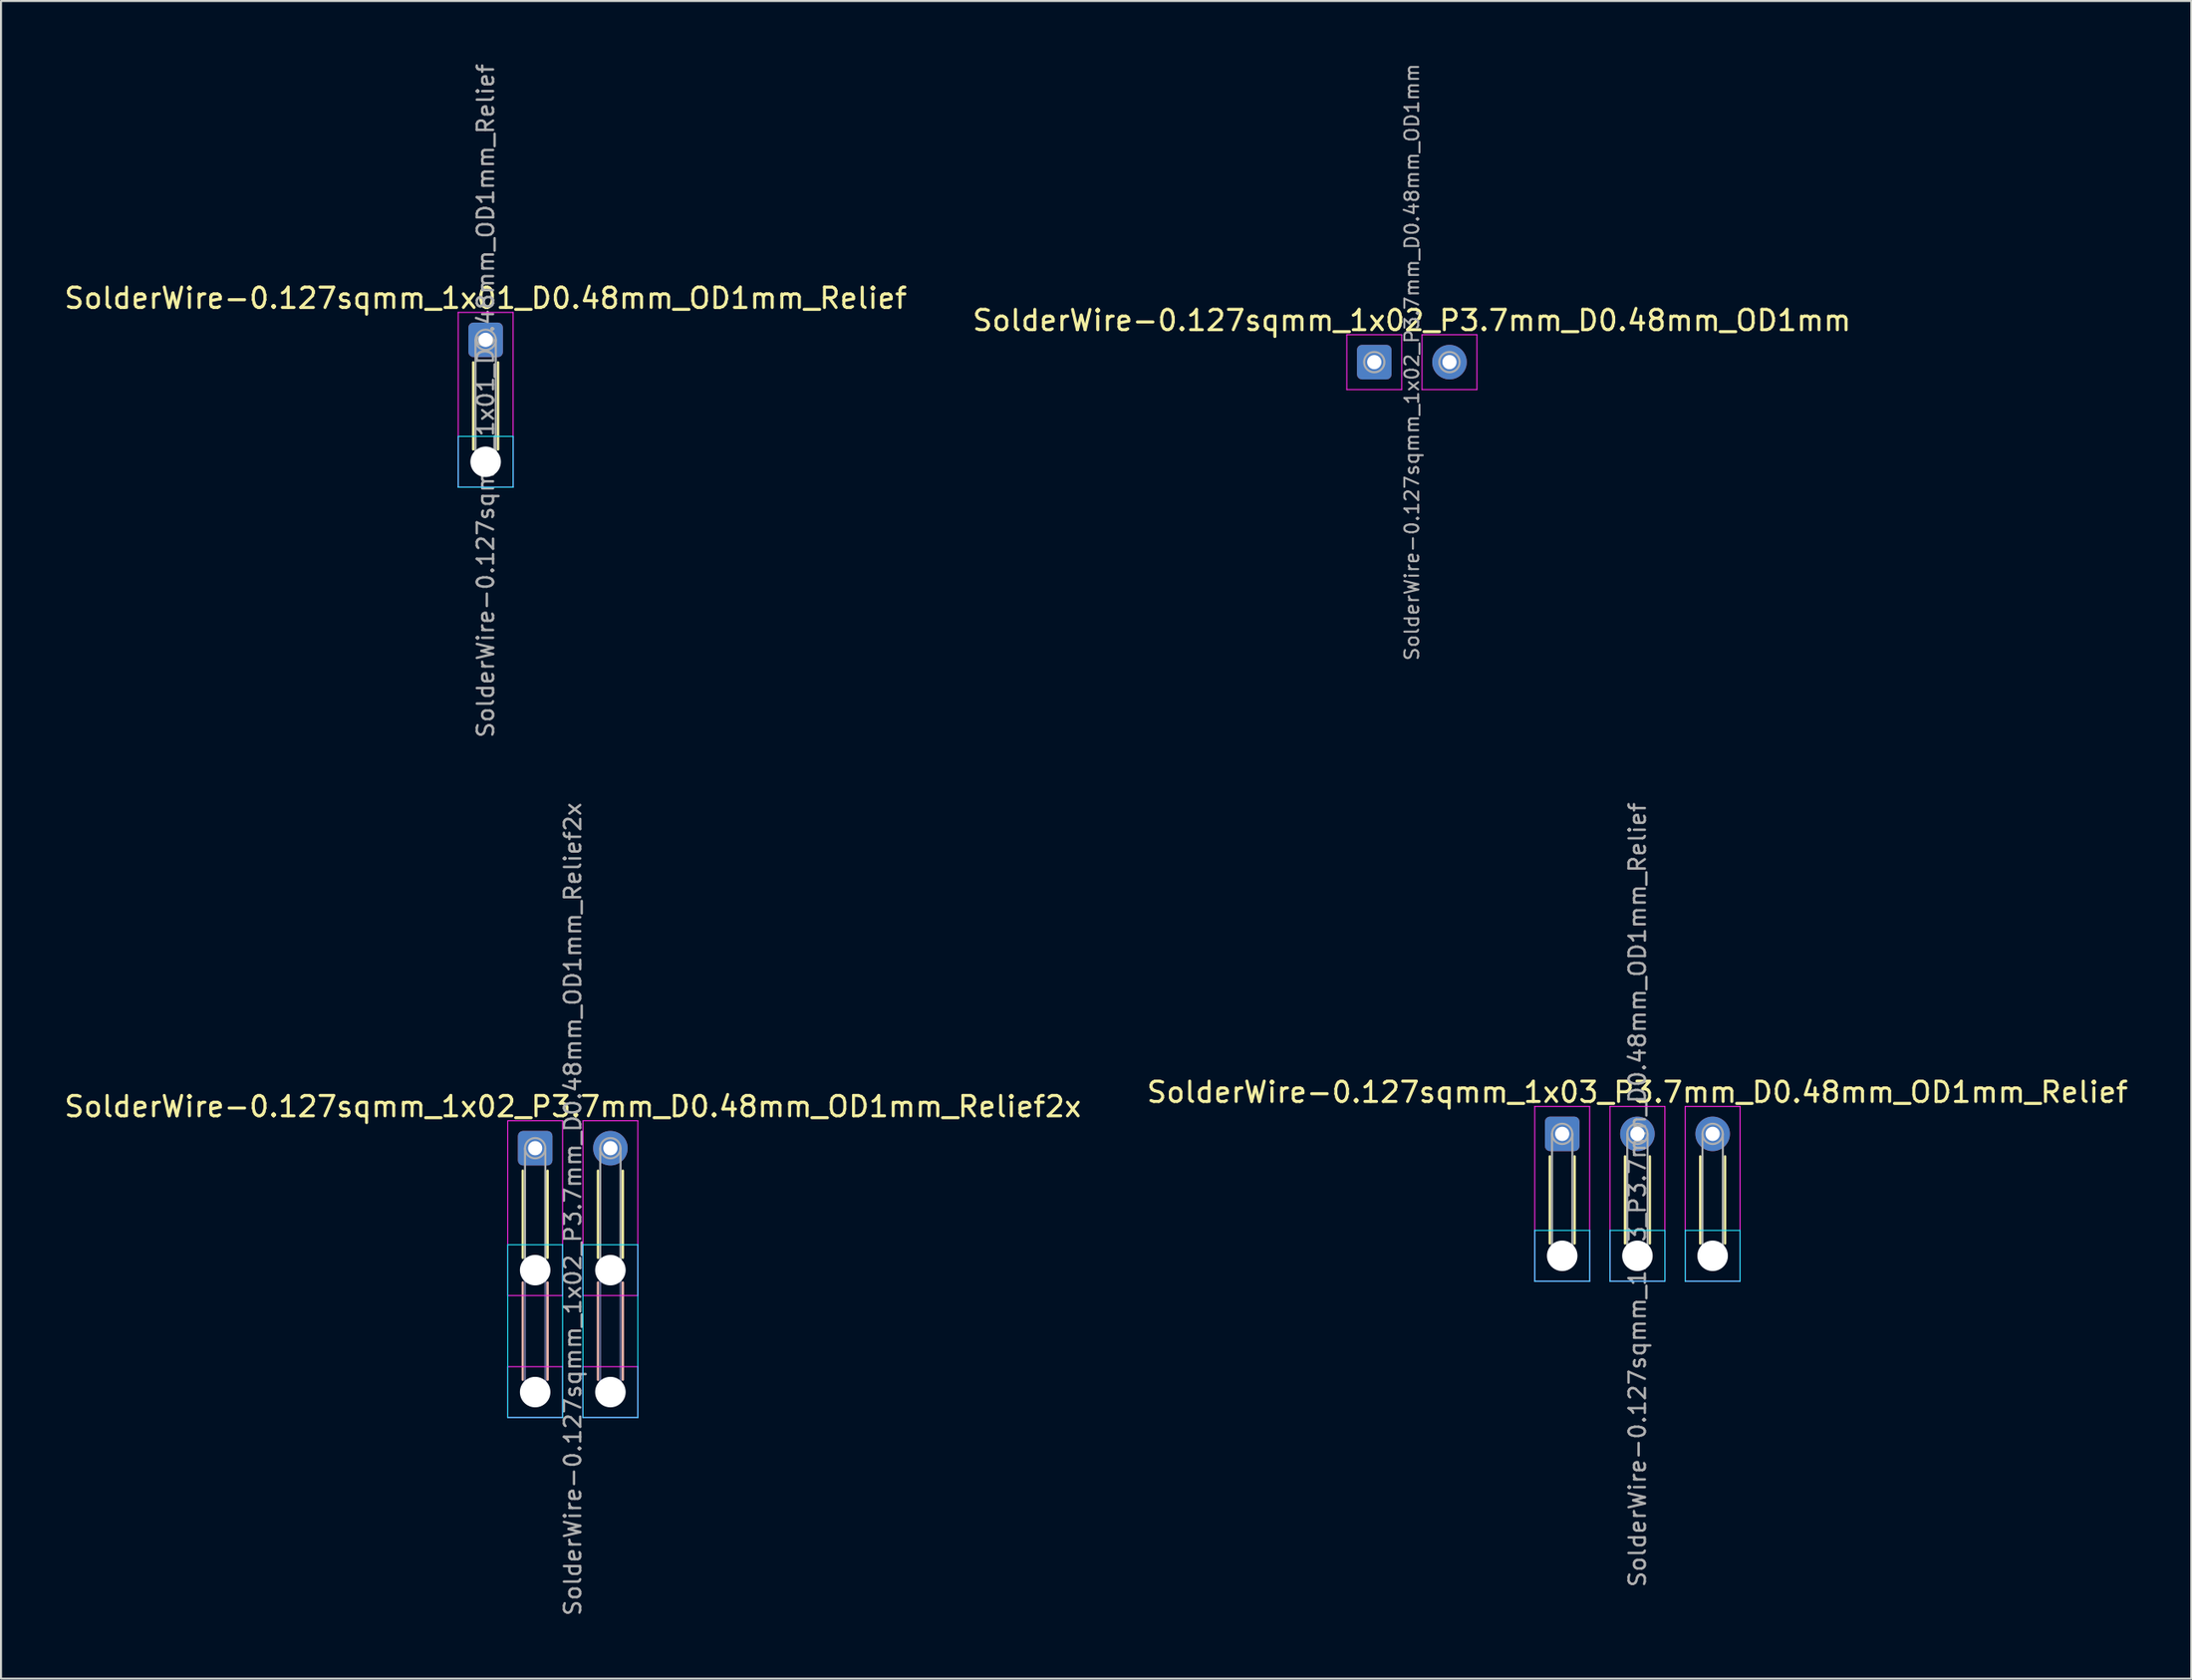
<source format=kicad_pcb>
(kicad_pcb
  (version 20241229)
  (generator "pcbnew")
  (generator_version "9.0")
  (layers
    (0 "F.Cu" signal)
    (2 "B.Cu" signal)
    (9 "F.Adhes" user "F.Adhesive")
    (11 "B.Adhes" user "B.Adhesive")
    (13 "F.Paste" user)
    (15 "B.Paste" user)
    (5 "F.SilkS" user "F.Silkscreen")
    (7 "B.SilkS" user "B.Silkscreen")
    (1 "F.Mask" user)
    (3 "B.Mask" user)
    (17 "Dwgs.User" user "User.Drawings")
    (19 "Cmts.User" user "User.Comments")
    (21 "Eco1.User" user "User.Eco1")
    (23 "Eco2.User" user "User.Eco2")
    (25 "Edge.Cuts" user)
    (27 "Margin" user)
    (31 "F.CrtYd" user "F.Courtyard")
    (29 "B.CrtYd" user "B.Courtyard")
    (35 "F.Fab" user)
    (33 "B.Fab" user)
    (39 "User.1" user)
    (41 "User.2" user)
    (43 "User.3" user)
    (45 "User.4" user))
  (footprint "SolderWire-0.127sqmm_1x01_D0.48mm_OD1mm_Relief"
    (layer "F.Cu")
    (at 20.839 13.671)
    (property "Reference" "SolderWire-0.127sqmm_1x01_D0.48mm_OD1mm_Relief" (at 0 -2.05 0) (layer "F.SilkS") (effects (font (size 1 1) (thickness 0.15))))
    (attr exclude_from_pos_files exclude_from_bom)
    (fp_line (start -0.61 1.11) (end -0.61 5.39) (stroke (width 0.12) (type solid)) (layer "F.SilkS"))
    (fp_line (start 0.61 1.11) (end 0.61 5.39) (stroke (width 0.12) (type solid)) (layer "F.SilkS"))
    (fp_line (start -1.35 4.75) (end -1.35 7.25) (stroke (width 0.05) (type solid)) (layer "B.CrtYd"))
    (fp_line (start -1.35 7.25) (end 1.35 7.25) (stroke (width 0.05) (type solid)) (layer "B.CrtYd"))
    (fp_line (start 1.35 4.75) (end -1.35 4.75) (stroke (width 0.05) (type solid)) (layer "B.CrtYd"))
    (fp_line (start 1.35 7.25) (end 1.35 4.75) (stroke (width 0.05) (type solid)) (layer "B.CrtYd"))
    (fp_line (start -1.35 -1.35) (end -1.35 7.25) (stroke (width 0.05) (type solid)) (layer "F.CrtYd"))
    (fp_line (start -1.35 7.25) (end 1.35 7.25) (stroke (width 0.05) (type solid)) (layer "F.CrtYd"))
    (fp_line (start 1.35 -1.35) (end -1.35 -1.35) (stroke (width 0.05) (type solid)) (layer "F.CrtYd"))
    (fp_line (start 1.35 7.25) (end 1.35 -1.35) (stroke (width 0.05) (type solid)) (layer "F.CrtYd"))
    (fp_line (start -0.5 0) (end -0.5 6) (stroke (width 0.1) (type solid)) (layer "F.Fab"))
    (fp_line (start 0.5 0) (end 0.5 6) (stroke (width 0.1) (type solid)) (layer "F.Fab"))
    (fp_circle (center 0 0) (end 0.5 0) (stroke (width 0.1) (type solid)) (fill no) (layer "F.Fab"))
    (fp_circle (center 0 6) (end 0.5 6) (stroke (width 0.1) (type solid)) (fill no) (layer "F.Fab"))
    (fp_text user "${REFERENCE}" (at 0 3 90) (layer "F.Fab") (effects (font (size 0.8 0.8) (thickness 0.12))))
    (pad "" np_thru_hole circle (at 0 6) (size 1.5 1.5) (drill 1.5) (layers "*.Cu" "*.Mask"))
    (pad "1" thru_hole roundrect (at 0 0) (size 1.7 1.7) (drill 0.7) (layers "*.Cu" "*.Mask") (roundrect_rratio 0.147)))
  (footprint "SolderWire-0.127sqmm_1x02_P3.7mm_D0.48mm_OD1mm_Relief2x"
    (layer "F.Cu")
    (at 23.275 53.443)
    (property "Reference" "SolderWire-0.127sqmm_1x02_P3.7mm_D0.48mm_OD1mm_Relief2x" (at 1.85 -2.05 0) (layer "F.SilkS") (effects (font (size 1 1) (thickness 0.15))))
    (attr exclude_from_pos_files exclude_from_bom)
    (fp_line (start -0.61 1.11) (end -0.61 5.39) (stroke (width 0.12) (type solid)) (layer "F.SilkS"))
    (fp_line (start 0.61 1.11) (end 0.61 5.39) (stroke (width 0.12) (type solid)) (layer "F.SilkS"))
    (fp_line (start 3.09 1.11) (end 3.09 5.39) (stroke (width 0.12) (type solid)) (layer "F.SilkS"))
    (fp_line (start 4.31 1.11) (end 4.31 5.39) (stroke (width 0.12) (type solid)) (layer "F.SilkS"))
    (fp_line (start -0.61 6.61) (end -0.61 11.39) (stroke (width 0.12) (type solid)) (layer "B.SilkS"))
    (fp_line (start 0.61 6.61) (end 0.61 11.39) (stroke (width 0.12) (type solid)) (layer "B.SilkS"))
    (fp_line (start 3.09 6.61) (end 3.09 11.39) (stroke (width 0.12) (type solid)) (layer "B.SilkS"))
    (fp_line (start 4.31 6.61) (end 4.31 11.39) (stroke (width 0.12) (type solid)) (layer "B.SilkS"))
    (fp_line (start -1.35 4.75) (end -1.35 13.25) (stroke (width 0.05) (type solid)) (layer "B.CrtYd"))
    (fp_line (start -1.35 13.25) (end 1.35 13.25) (stroke (width 0.05) (type solid)) (layer "B.CrtYd"))
    (fp_line (start 1.35 4.75) (end -1.35 4.75) (stroke (width 0.05) (type solid)) (layer "B.CrtYd"))
    (fp_line (start 1.35 13.25) (end 1.35 4.75) (stroke (width 0.05) (type solid)) (layer "B.CrtYd"))
    (fp_line (start 2.35 4.75) (end 2.35 13.25) (stroke (width 0.05) (type solid)) (layer "B.CrtYd"))
    (fp_line (start 2.35 13.25) (end 5.05 13.25) (stroke (width 0.05) (type solid)) (layer "B.CrtYd"))
    (fp_line (start 5.05 4.75) (end 2.35 4.75) (stroke (width 0.05) (type solid)) (layer "B.CrtYd"))
    (fp_line (start 5.05 13.25) (end 5.05 4.75) (stroke (width 0.05) (type solid)) (layer "B.CrtYd"))
    (fp_line (start -1.35 -1.35) (end -1.35 7.25) (stroke (width 0.05) (type solid)) (layer "F.CrtYd"))
    (fp_line (start -1.35 7.25) (end 1.35 7.25) (stroke (width 0.05) (type solid)) (layer "F.CrtYd"))
    (fp_line (start -1.35 10.75) (end -1.35 13.25) (stroke (width 0.05) (type solid)) (layer "F.CrtYd"))
    (fp_line (start -1.35 13.25) (end 1.35 13.25) (stroke (width 0.05) (type solid)) (layer "F.CrtYd"))
    (fp_line (start 1.35 -1.35) (end -1.35 -1.35) (stroke (width 0.05) (type solid)) (layer "F.CrtYd"))
    (fp_line (start 1.35 7.25) (end 1.35 -1.35) (stroke (width 0.05) (type solid)) (layer "F.CrtYd"))
    (fp_line (start 1.35 10.75) (end -1.35 10.75) (stroke (width 0.05) (type solid)) (layer "F.CrtYd"))
    (fp_line (start 1.35 13.25) (end 1.35 10.75) (stroke (width 0.05) (type solid)) (layer "F.CrtYd"))
    (fp_line (start 2.35 -1.35) (end 2.35 7.25) (stroke (width 0.05) (type solid)) (layer "F.CrtYd"))
    (fp_line (start 2.35 7.25) (end 5.05 7.25) (stroke (width 0.05) (type solid)) (layer "F.CrtYd"))
    (fp_line (start 2.35 10.75) (end 2.35 13.25) (stroke (width 0.05) (type solid)) (layer "F.CrtYd"))
    (fp_line (start 2.35 13.25) (end 5.05 13.25) (stroke (width 0.05) (type solid)) (layer "F.CrtYd"))
    (fp_line (start 5.05 -1.35) (end 2.35 -1.35) (stroke (width 0.05) (type solid)) (layer "F.CrtYd"))
    (fp_line (start 5.05 7.25) (end 5.05 -1.35) (stroke (width 0.05) (type solid)) (layer "F.CrtYd"))
    (fp_line (start 5.05 10.75) (end 2.35 10.75) (stroke (width 0.05) (type solid)) (layer "F.CrtYd"))
    (fp_line (start 5.05 13.25) (end 5.05 10.75) (stroke (width 0.05) (type solid)) (layer "F.CrtYd"))
    (fp_line (start -0.5 6) (end -0.5 12) (stroke (width 0.1) (type solid)) (layer "B.Fab"))
    (fp_line (start 0.5 6) (end 0.5 12) (stroke (width 0.1) (type solid)) (layer "B.Fab"))
    (fp_line (start 3.2 6) (end 3.2 12) (stroke (width 0.1) (type solid)) (layer "B.Fab"))
    (fp_line (start 4.2 6) (end 4.2 12) (stroke (width 0.1) (type solid)) (layer "B.Fab"))
    (fp_circle (center 0 6) (end 0.5 6) (stroke (width 0.1) (type solid)) (fill no) (layer "B.Fab"))
    (fp_circle (center 0 12) (end 0.5 12) (stroke (width 0.1) (type solid)) (fill no) (layer "B.Fab"))
    (fp_circle (center 3.7 6) (end 4.2 6) (stroke (width 0.1) (type solid)) (fill no) (layer "B.Fab"))
    (fp_circle (center 3.7 12) (end 4.2 12) (stroke (width 0.1) (type solid)) (fill no) (layer "B.Fab"))
    (fp_line (start -0.5 0) (end -0.5 6) (stroke (width 0.1) (type solid)) (layer "F.Fab"))
    (fp_line (start 0.5 0) (end 0.5 6) (stroke (width 0.1) (type solid)) (layer "F.Fab"))
    (fp_line (start 3.2 0) (end 3.2 6) (stroke (width 0.1) (type solid)) (layer "F.Fab"))
    (fp_line (start 4.2 0) (end 4.2 6) (stroke (width 0.1) (type solid)) (layer "F.Fab"))
    (fp_circle (center 0 0) (end 0.5 0) (stroke (width 0.1) (type solid)) (fill no) (layer "F.Fab"))
    (fp_circle (center 0 6) (end 0.5 6) (stroke (width 0.1) (type solid)) (fill no) (layer "F.Fab"))
    (fp_circle (center 0 12) (end 0.5 12) (stroke (width 0.1) (type solid)) (fill no) (layer "F.Fab"))
    (fp_circle (center 3.7 0) (end 4.2 0) (stroke (width 0.1) (type solid)) (fill no) (layer "F.Fab"))
    (fp_circle (center 3.7 6) (end 4.2 6) (stroke (width 0.1) (type solid)) (fill no) (layer "F.Fab"))
    (fp_circle (center 3.7 12) (end 4.2 12) (stroke (width 0.1) (type solid)) (fill no) (layer "F.Fab"))
    (fp_text user "${REFERENCE}" (at 1.85 3 90) (layer "F.Fab") (effects (font (size 0.8 0.8) (thickness 0.12))))
    (pad "" np_thru_hole circle (at 0 6) (size 1.5 1.5) (drill 1.5) (layers "*.Cu" "*.Mask"))
    (pad "" np_thru_hole circle (at 0 12) (size 1.5 1.5) (drill 1.5) (layers "*.Cu" "*.Mask"))
    (pad "" np_thru_hole circle (at 3.7 6) (size 1.5 1.5) (drill 1.5) (layers "*.Cu" "*.Mask"))
    (pad "" np_thru_hole circle (at 3.7 12) (size 1.5 1.5) (drill 1.5) (layers "*.Cu" "*.Mask"))
    (pad "1" thru_hole roundrect (at 0 0) (size 1.7 1.7) (drill 0.7) (layers "*.Cu" "*.Mask") (roundrect_rratio 0.147))
    (pad "2" thru_hole circle (at 3.7 0) (size 1.7 1.7) (drill 0.7) (layers "*.Cu" "*.Mask")))
  (footprint "SolderWire-0.127sqmm_1x03_P3.7mm_D0.48mm_OD1mm_Relief"
    (layer "F.Cu")
    (at 73.794 52.738)
    (property "Reference" "SolderWire-0.127sqmm_1x03_P3.7mm_D0.48mm_OD1mm_Relief" (at 3.7 -2.05 0) (layer "F.SilkS") (effects (font (size 1 1) (thickness 0.15))))
    (attr exclude_from_pos_files exclude_from_bom)
    (fp_line (start -0.61 1.11) (end -0.61 5.39) (stroke (width 0.12) (type solid)) (layer "F.SilkS"))
    (fp_line (start 0.61 1.11) (end 0.61 5.39) (stroke (width 0.12) (type solid)) (layer "F.SilkS"))
    (fp_line (start 3.09 1.11) (end 3.09 5.39) (stroke (width 0.12) (type solid)) (layer "F.SilkS"))
    (fp_line (start 4.31 1.11) (end 4.31 5.39) (stroke (width 0.12) (type solid)) (layer "F.SilkS"))
    (fp_line (start 6.79 1.11) (end 6.79 5.39) (stroke (width 0.12) (type solid)) (layer "F.SilkS"))
    (fp_line (start 8.01 1.11) (end 8.01 5.39) (stroke (width 0.12) (type solid)) (layer "F.SilkS"))
    (fp_line (start -1.35 4.75) (end -1.35 7.25) (stroke (width 0.05) (type solid)) (layer "B.CrtYd"))
    (fp_line (start -1.35 7.25) (end 1.35 7.25) (stroke (width 0.05) (type solid)) (layer "B.CrtYd"))
    (fp_line (start 1.35 4.75) (end -1.35 4.75) (stroke (width 0.05) (type solid)) (layer "B.CrtYd"))
    (fp_line (start 1.35 7.25) (end 1.35 4.75) (stroke (width 0.05) (type solid)) (layer "B.CrtYd"))
    (fp_line (start 2.35 4.75) (end 2.35 7.25) (stroke (width 0.05) (type solid)) (layer "B.CrtYd"))
    (fp_line (start 2.35 7.25) (end 5.05 7.25) (stroke (width 0.05) (type solid)) (layer "B.CrtYd"))
    (fp_line (start 5.05 4.75) (end 2.35 4.75) (stroke (width 0.05) (type solid)) (layer "B.CrtYd"))
    (fp_line (start 5.05 7.25) (end 5.05 4.75) (stroke (width 0.05) (type solid)) (layer "B.CrtYd"))
    (fp_line (start 6.05 4.75) (end 6.05 7.25) (stroke (width 0.05) (type solid)) (layer "B.CrtYd"))
    (fp_line (start 6.05 7.25) (end 8.75 7.25) (stroke (width 0.05) (type solid)) (layer "B.CrtYd"))
    (fp_line (start 8.75 4.75) (end 6.05 4.75) (stroke (width 0.05) (type solid)) (layer "B.CrtYd"))
    (fp_line (start 8.75 7.25) (end 8.75 4.75) (stroke (width 0.05) (type solid)) (layer "B.CrtYd"))
    (fp_line (start -1.35 -1.35) (end -1.35 7.25) (stroke (width 0.05) (type solid)) (layer "F.CrtYd"))
    (fp_line (start -1.35 7.25) (end 1.35 7.25) (stroke (width 0.05) (type solid)) (layer "F.CrtYd"))
    (fp_line (start 1.35 -1.35) (end -1.35 -1.35) (stroke (width 0.05) (type solid)) (layer "F.CrtYd"))
    (fp_line (start 1.35 7.25) (end 1.35 -1.35) (stroke (width 0.05) (type solid)) (layer "F.CrtYd"))
    (fp_line (start 2.35 -1.35) (end 2.35 7.25) (stroke (width 0.05) (type solid)) (layer "F.CrtYd"))
    (fp_line (start 2.35 7.25) (end 5.05 7.25) (stroke (width 0.05) (type solid)) (layer "F.CrtYd"))
    (fp_line (start 5.05 -1.35) (end 2.35 -1.35) (stroke (width 0.05) (type solid)) (layer "F.CrtYd"))
    (fp_line (start 5.05 7.25) (end 5.05 -1.35) (stroke (width 0.05) (type solid)) (layer "F.CrtYd"))
    (fp_line (start 6.05 -1.35) (end 6.05 7.25) (stroke (width 0.05) (type solid)) (layer "F.CrtYd"))
    (fp_line (start 6.05 7.25) (end 8.75 7.25) (stroke (width 0.05) (type solid)) (layer "F.CrtYd"))
    (fp_line (start 8.75 -1.35) (end 6.05 -1.35) (stroke (width 0.05) (type solid)) (layer "F.CrtYd"))
    (fp_line (start 8.75 7.25) (end 8.75 -1.35) (stroke (width 0.05) (type solid)) (layer "F.CrtYd"))
    (fp_line (start -0.5 0) (end -0.5 6) (stroke (width 0.1) (type solid)) (layer "F.Fab"))
    (fp_line (start 0.5 0) (end 0.5 6) (stroke (width 0.1) (type solid)) (layer "F.Fab"))
    (fp_line (start 3.2 0) (end 3.2 6) (stroke (width 0.1) (type solid)) (layer "F.Fab"))
    (fp_line (start 4.2 0) (end 4.2 6) (stroke (width 0.1) (type solid)) (layer "F.Fab"))
    (fp_line (start 6.9 0) (end 6.9 6) (stroke (width 0.1) (type solid)) (layer "F.Fab"))
    (fp_line (start 7.9 0) (end 7.9 6) (stroke (width 0.1) (type solid)) (layer "F.Fab"))
    (fp_circle (center 0 0) (end 0.5 0) (stroke (width 0.1) (type solid)) (fill no) (layer "F.Fab"))
    (fp_circle (center 0 6) (end 0.5 6) (stroke (width 0.1) (type solid)) (fill no) (layer "F.Fab"))
    (fp_circle (center 3.7 0) (end 4.2 0) (stroke (width 0.1) (type solid)) (fill no) (layer "F.Fab"))
    (fp_circle (center 3.7 6) (end 4.2 6) (stroke (width 0.1) (type solid)) (fill no) (layer "F.Fab"))
    (fp_circle (center 7.4 0) (end 7.9 0) (stroke (width 0.1) (type solid)) (fill no) (layer "F.Fab"))
    (fp_circle (center 7.4 6) (end 7.9 6) (stroke (width 0.1) (type solid)) (fill no) (layer "F.Fab"))
    (fp_text user "${REFERENCE}" (at 3.7 3 90) (layer "F.Fab") (effects (font (size 0.8 0.8) (thickness 0.12))))
    (pad "" np_thru_hole circle (at 0 6) (size 1.5 1.5) (drill 1.5) (layers "*.Cu" "*.Mask"))
    (pad "" np_thru_hole circle (at 3.7 6) (size 1.5 1.5) (drill 1.5) (layers "*.Cu" "*.Mask"))
    (pad "" np_thru_hole circle (at 7.4 6) (size 1.5 1.5) (drill 1.5) (layers "*.Cu" "*.Mask"))
    (pad "1" thru_hole roundrect (at 0 0) (size 1.7 1.7) (drill 0.7) (layers "*.Cu" "*.Mask") (roundrect_rratio 0.147))
    (pad "2" thru_hole circle (at 3.7 0) (size 1.7 1.7) (drill 0.7) (layers "*.Cu" "*.Mask"))
    (pad "3" thru_hole circle (at 7.4 0) (size 1.7 1.7) (drill 0.7) (layers "*.Cu" "*.Mask")))
  (footprint "SolderWire-0.127sqmm_1x02_P3.7mm_D0.48mm_OD1mm"
    (layer "F.Cu")
    (at 64.549 14.767)
    (property "Reference" "SolderWire-0.127sqmm_1x02_P3.7mm_D0.48mm_OD1mm" (at 1.85 -2.05 0) (layer "F.SilkS") (effects (font (size 1 1) (thickness 0.15))))
    (attr exclude_from_pos_files exclude_from_bom)
    (fp_line (start -1.35 -1.35) (end -1.35 1.35) (stroke (width 0.05) (type solid)) (layer "F.CrtYd"))
    (fp_line (start -1.35 1.35) (end 1.35 1.35) (stroke (width 0.05) (type solid)) (layer "F.CrtYd"))
    (fp_line (start 1.35 -1.35) (end -1.35 -1.35) (stroke (width 0.05) (type solid)) (layer "F.CrtYd"))
    (fp_line (start 1.35 1.35) (end 1.35 -1.35) (stroke (width 0.05) (type solid)) (layer "F.CrtYd"))
    (fp_line (start 2.35 -1.35) (end 2.35 1.35) (stroke (width 0.05) (type solid)) (layer "F.CrtYd"))
    (fp_line (start 2.35 1.35) (end 5.05 1.35) (stroke (width 0.05) (type solid)) (layer "F.CrtYd"))
    (fp_line (start 5.05 -1.35) (end 2.35 -1.35) (stroke (width 0.05) (type solid)) (layer "F.CrtYd"))
    (fp_line (start 5.05 1.35) (end 5.05 -1.35) (stroke (width 0.05) (type solid)) (layer "F.CrtYd"))
    (fp_circle (center 0 0) (end 0.5 0) (stroke (width 0.1) (type solid)) (fill no) (layer "F.Fab"))
    (fp_circle (center 3.7 0) (end 4.2 0) (stroke (width 0.1) (type solid)) (fill no) (layer "F.Fab"))
    (fp_text user "${REFERENCE}" (at 1.85 0 90) (layer "F.Fab") (effects (font (size 0.68 0.68) (thickness 0.1))))
    (pad "1" thru_hole roundrect (at 0 0) (size 1.7 1.7) (drill 0.7) (layers "*.Cu" "*.Mask") (roundrect_rratio 0.147))
    (pad "2" thru_hole circle (at 3.7 0) (size 1.7 1.7) (drill 0.7) (layers "*.Cu" "*.Mask")))
  (gr_rect
    (start -3 -3)
    (end 104.738 79.543)
    (stroke (width 0.1) (type default))
    (fill no)
    (layer "Edge.Cuts")))
</source>
